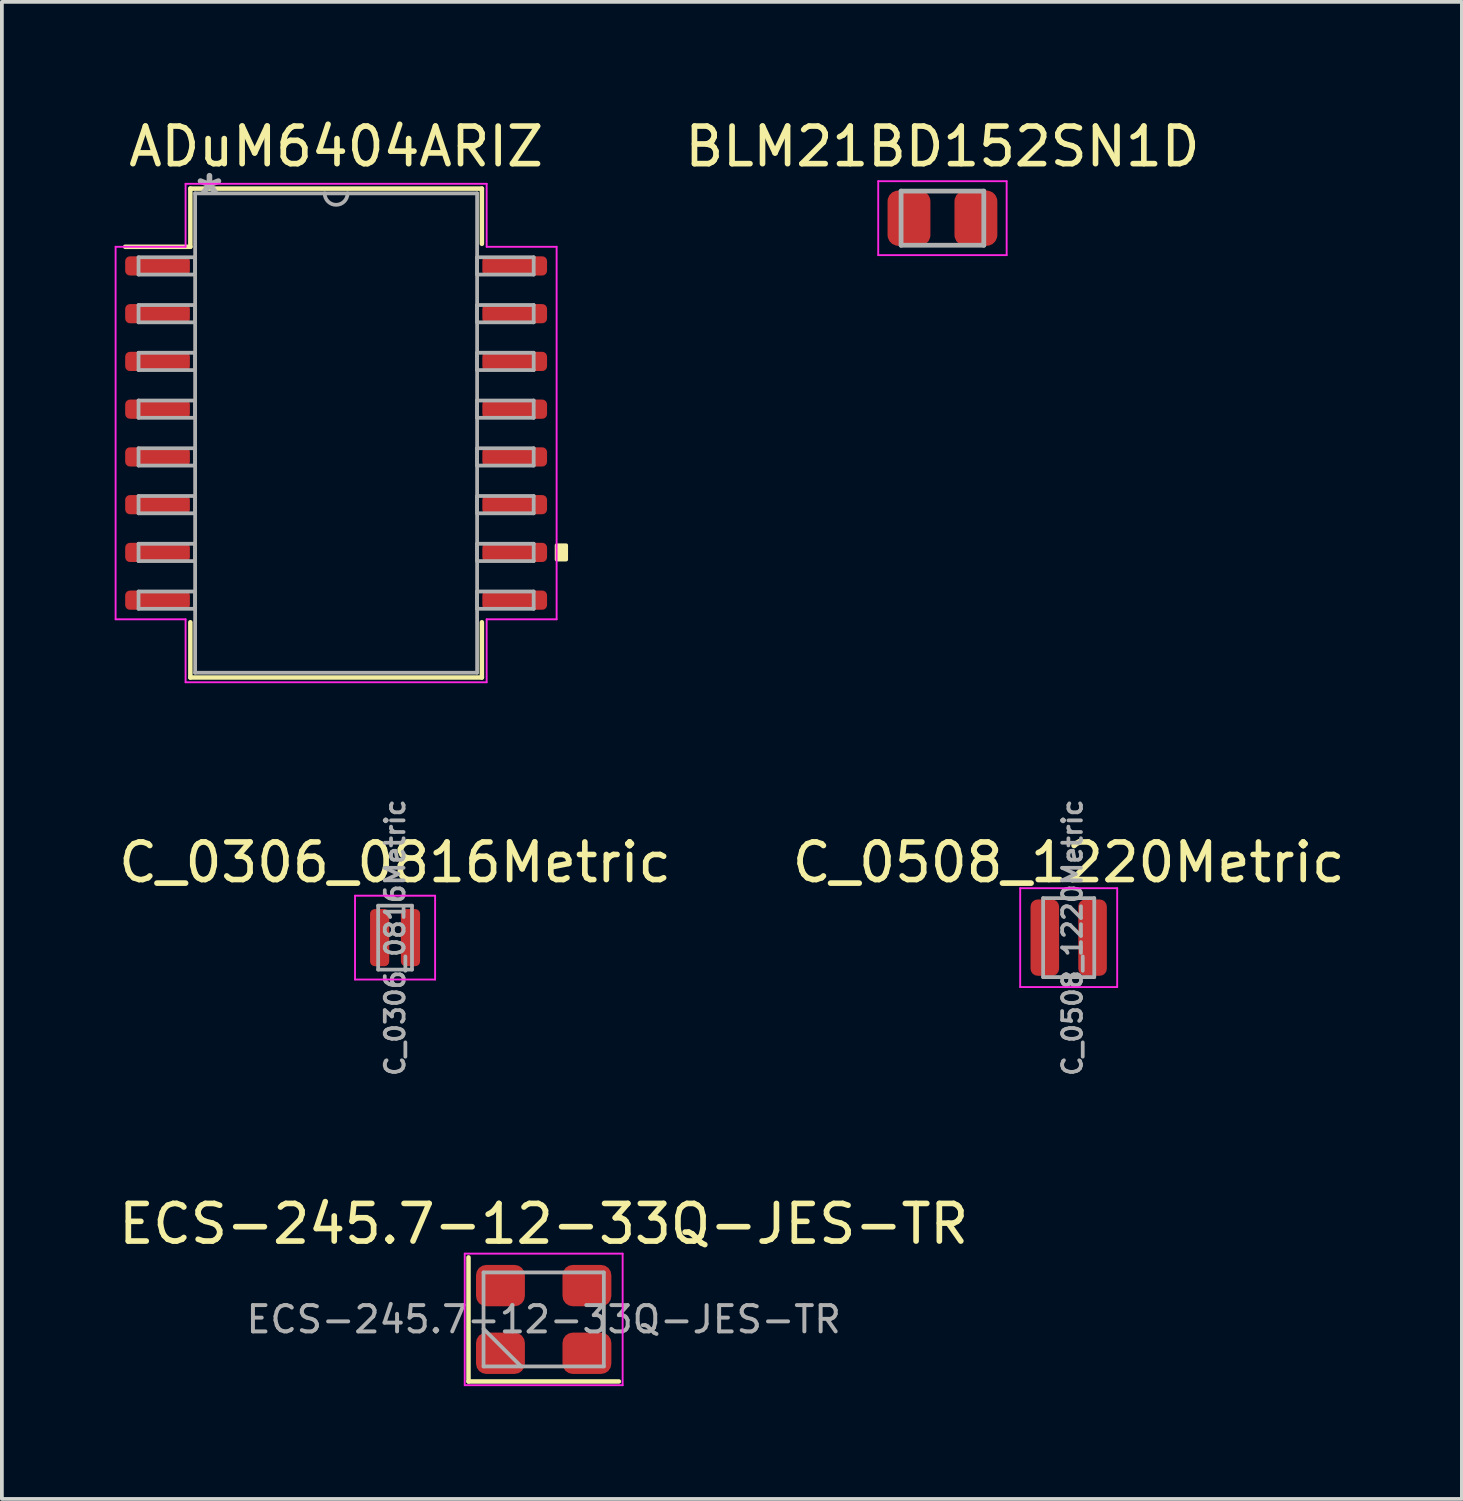
<source format=kicad_pcb>
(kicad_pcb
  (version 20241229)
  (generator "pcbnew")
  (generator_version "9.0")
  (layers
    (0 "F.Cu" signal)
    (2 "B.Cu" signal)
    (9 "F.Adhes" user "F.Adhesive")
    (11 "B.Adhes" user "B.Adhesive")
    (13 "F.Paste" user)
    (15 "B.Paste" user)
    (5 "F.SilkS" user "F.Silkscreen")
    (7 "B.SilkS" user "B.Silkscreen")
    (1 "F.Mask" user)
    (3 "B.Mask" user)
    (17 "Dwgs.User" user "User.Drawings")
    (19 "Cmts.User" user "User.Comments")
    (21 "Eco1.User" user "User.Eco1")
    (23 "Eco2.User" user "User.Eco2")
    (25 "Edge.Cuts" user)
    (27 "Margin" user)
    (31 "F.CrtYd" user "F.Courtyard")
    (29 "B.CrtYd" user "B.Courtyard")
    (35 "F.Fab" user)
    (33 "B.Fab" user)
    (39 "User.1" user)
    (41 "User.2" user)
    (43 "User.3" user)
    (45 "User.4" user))
  (footprint "C_0508_1220Metric"
    (layer "F.Cu")
    (at 25.375 21.889)
    (property "Reference" "C_0508_1220Metric" (at 0 -2 0) (layer "F.SilkS") (effects (font (size 1 1) (thickness 0.15))))
    (attr smd)
    (fp_line (start -1.29 -1.315) (end 1.29 -1.315) (stroke (width 0.05) (type solid)) (layer "F.CrtYd"))
    (fp_line (start -1.29 1.315) (end -1.29 -1.315) (stroke (width 0.05) (type solid)) (layer "F.CrtYd"))
    (fp_line (start -1.29 1.315) (end 1.29 1.315) (stroke (width 0.05) (type solid)) (layer "F.CrtYd"))
    (fp_line (start 1.29 1.315) (end 1.29 -1.315) (stroke (width 0.05) (type solid)) (layer "F.CrtYd"))
    (fp_line (start -0.68 1.05) (end -0.68 -1.05) (stroke (width 0.1) (type solid)) (layer "F.Fab"))
    (fp_line (start 0.68 -1.05) (end -0.68 -1.05) (stroke (width 0.1) (type solid)) (layer "F.Fab"))
    (fp_line (start 0.68 1.05) (end -0.68 1.05) (stroke (width 0.1) (type solid)) (layer "F.Fab"))
    (fp_line (start 0.68 1.05) (end 0.68 -1.05) (stroke (width 0.1) (type solid)) (layer "F.Fab"))
    (fp_text user "${REFERENCE}" (at 0.1 0 90) (layer "F.Fab") (effects (font (size 0.5 0.5) (thickness 0.1))))
    (pad "1" smd roundrect (at -0.635 0) (size 0.76 2.03) (layers "F.Cu" "F.Mask" "F.Paste") (roundrect_rratio 0.25))
    (pad "2" smd roundrect (at 0.635 0) (size 0.76 2.03) (layers "F.Cu" "F.Mask" "F.Paste") (roundrect_rratio 0.25)))
  (footprint "ADuM6404ARIZ"
    (layer "F.Cu")
    (at 5.89 8.468)
    (property "Reference" "ADuM6404ARIZ" (at 0 -7.62 0) (layer "F.SilkS") (effects (font (size 1 1) (thickness 0.15))))
    (attr smd)
    (fp_line (start -3.877 -6.502) (end -3.877 -4.954) (stroke (width 0.12) (type solid)) (layer "F.SilkS"))
    (fp_line (start -3.877 -4.954) (end -5.611 -4.954) (stroke (width 0.12) (type solid)) (layer "F.SilkS"))
    (fp_line (start -3.877 5.033) (end -3.877 6.502) (stroke (width 0.12) (type solid)) (layer "F.SilkS"))
    (fp_line (start -3.877 6.502) (end 3.877 6.502) (stroke (width 0.12) (type solid)) (layer "F.SilkS"))
    (fp_line (start 3.877 -6.502) (end -3.877 -6.502) (stroke (width 0.12) (type solid)) (layer "F.SilkS"))
    (fp_line (start 3.877 -5.033) (end 3.877 -6.502) (stroke (width 0.12) (type solid)) (layer "F.SilkS"))
    (fp_line (start 3.877 6.502) (end 3.877 5.033) (stroke (width 0.12) (type solid)) (layer "F.SilkS"))
    (fp_poly (pts (xy 6.119 2.985) (xy 6.119 3.365) (xy 5.865 3.365) (xy 5.865 2.985)) (stroke (width 0.1) (type solid)) (fill yes) (layer "F.SilkS"))
    (fp_line (start -5.865 -4.954) (end -4.004 -4.954) (stroke (width 0.05) (type solid)) (layer "F.CrtYd"))
    (fp_line (start -5.865 4.954) (end -5.865 -4.954) (stroke (width 0.05) (type solid)) (layer "F.CrtYd"))
    (fp_line (start -4.004 -6.629) (end 4.004 -6.629) (stroke (width 0.05) (type solid)) (layer "F.CrtYd"))
    (fp_line (start -4.004 -4.954) (end -4.004 -6.629) (stroke (width 0.05) (type solid)) (layer "F.CrtYd"))
    (fp_line (start -4.004 4.954) (end -5.865 4.954) (stroke (width 0.05) (type solid)) (layer "F.CrtYd"))
    (fp_line (start -4.004 6.629) (end -4.004 4.954) (stroke (width 0.05) (type solid)) (layer "F.CrtYd"))
    (fp_line (start 4.004 -6.629) (end 4.004 -4.954) (stroke (width 0.05) (type solid)) (layer "F.CrtYd"))
    (fp_line (start 4.004 -4.954) (end 5.865 -4.954) (stroke (width 0.05) (type solid)) (layer "F.CrtYd"))
    (fp_line (start 4.004 4.954) (end 4.004 6.629) (stroke (width 0.05) (type solid)) (layer "F.CrtYd"))
    (fp_line (start 4.004 6.629) (end -4.004 6.629) (stroke (width 0.05) (type solid)) (layer "F.CrtYd"))
    (fp_line (start 5.865 -4.954) (end 5.865 4.954) (stroke (width 0.05) (type solid)) (layer "F.CrtYd"))
    (fp_line (start 5.865 4.954) (end 4.004 4.954) (stroke (width 0.05) (type solid)) (layer "F.CrtYd"))
    (fp_line (start -5.255 -4.675) (end -5.255 -4.215) (stroke (width 0.1) (type solid)) (layer "F.Fab"))
    (fp_line (start -5.255 -4.215) (end -3.75 -4.215) (stroke (width 0.1) (type solid)) (layer "F.Fab"))
    (fp_line (start -5.255 -3.405) (end -5.255 -2.945) (stroke (width 0.1) (type solid)) (layer "F.Fab"))
    (fp_line (start -5.255 -2.945) (end -3.75 -2.945) (stroke (width 0.1) (type solid)) (layer "F.Fab"))
    (fp_line (start -5.255 -2.135) (end -5.255 -1.675) (stroke (width 0.1) (type solid)) (layer "F.Fab"))
    (fp_line (start -5.255 -1.675) (end -3.75 -1.675) (stroke (width 0.1) (type solid)) (layer "F.Fab"))
    (fp_line (start -5.255 -0.865) (end -5.255 -0.405) (stroke (width 0.1) (type solid)) (layer "F.Fab"))
    (fp_line (start -5.255 -0.405) (end -3.75 -0.405) (stroke (width 0.1) (type solid)) (layer "F.Fab"))
    (fp_line (start -5.255 0.405) (end -5.255 0.865) (stroke (width 0.1) (type solid)) (layer "F.Fab"))
    (fp_line (start -5.255 0.865) (end -3.75 0.865) (stroke (width 0.1) (type solid)) (layer "F.Fab"))
    (fp_line (start -5.255 1.675) (end -5.255 2.135) (stroke (width 0.1) (type solid)) (layer "F.Fab"))
    (fp_line (start -5.255 2.135) (end -3.75 2.135) (stroke (width 0.1) (type solid)) (layer "F.Fab"))
    (fp_line (start -5.255 2.945) (end -5.255 3.405) (stroke (width 0.1) (type solid)) (layer "F.Fab"))
    (fp_line (start -5.255 3.405) (end -3.75 3.405) (stroke (width 0.1) (type solid)) (layer "F.Fab"))
    (fp_line (start -5.255 4.215) (end -5.255 4.675) (stroke (width 0.1) (type solid)) (layer "F.Fab"))
    (fp_line (start -5.255 4.675) (end -3.75 4.675) (stroke (width 0.1) (type solid)) (layer "F.Fab"))
    (fp_line (start -3.75 -6.375) (end -3.75 6.375) (stroke (width 0.1) (type solid)) (layer "F.Fab"))
    (fp_line (start -3.75 -4.675) (end -5.255 -4.675) (stroke (width 0.1) (type solid)) (layer "F.Fab"))
    (fp_line (start -3.75 -4.215) (end -3.75 -4.675) (stroke (width 0.1) (type solid)) (layer "F.Fab"))
    (fp_line (start -3.75 -3.405) (end -5.255 -3.405) (stroke (width 0.1) (type solid)) (layer "F.Fab"))
    (fp_line (start -3.75 -2.945) (end -3.75 -3.405) (stroke (width 0.1) (type solid)) (layer "F.Fab"))
    (fp_line (start -3.75 -2.135) (end -5.255 -2.135) (stroke (width 0.1) (type solid)) (layer "F.Fab"))
    (fp_line (start -3.75 -1.675) (end -3.75 -2.135) (stroke (width 0.1) (type solid)) (layer "F.Fab"))
    (fp_line (start -3.75 -0.865) (end -5.255 -0.865) (stroke (width 0.1) (type solid)) (layer "F.Fab"))
    (fp_line (start -3.75 -0.405) (end -3.75 -0.865) (stroke (width 0.1) (type solid)) (layer "F.Fab"))
    (fp_line (start -3.75 0.405) (end -5.255 0.405) (stroke (width 0.1) (type solid)) (layer "F.Fab"))
    (fp_line (start -3.75 0.865) (end -3.75 0.405) (stroke (width 0.1) (type solid)) (layer "F.Fab"))
    (fp_line (start -3.75 1.675) (end -5.255 1.675) (stroke (width 0.1) (type solid)) (layer "F.Fab"))
    (fp_line (start -3.75 2.135) (end -3.75 1.675) (stroke (width 0.1) (type solid)) (layer "F.Fab"))
    (fp_line (start -3.75 2.945) (end -5.255 2.945) (stroke (width 0.1) (type solid)) (layer "F.Fab"))
    (fp_line (start -3.75 3.405) (end -3.75 2.945) (stroke (width 0.1) (type solid)) (layer "F.Fab"))
    (fp_line (start -3.75 4.215) (end -5.255 4.215) (stroke (width 0.1) (type solid)) (layer "F.Fab"))
    (fp_line (start -3.75 4.675) (end -3.75 4.215) (stroke (width 0.1) (type solid)) (layer "F.Fab"))
    (fp_line (start -3.75 6.375) (end 3.75 6.375) (stroke (width 0.1) (type solid)) (layer "F.Fab"))
    (fp_line (start 3.75 -6.375) (end -3.75 -6.375) (stroke (width 0.1) (type solid)) (layer "F.Fab"))
    (fp_line (start 3.75 -4.675) (end 3.75 -4.215) (stroke (width 0.1) (type solid)) (layer "F.Fab"))
    (fp_line (start 3.75 -4.215) (end 5.255 -4.215) (stroke (width 0.1) (type solid)) (layer "F.Fab"))
    (fp_line (start 3.75 -3.405) (end 3.75 -2.945) (stroke (width 0.1) (type solid)) (layer "F.Fab"))
    (fp_line (start 3.75 -2.945) (end 5.255 -2.945) (stroke (width 0.1) (type solid)) (layer "F.Fab"))
    (fp_line (start 3.75 -2.135) (end 3.75 -1.675) (stroke (width 0.1) (type solid)) (layer "F.Fab"))
    (fp_line (start 3.75 -1.675) (end 5.255 -1.675) (stroke (width 0.1) (type solid)) (layer "F.Fab"))
    (fp_line (start 3.75 -0.865) (end 3.75 -0.405) (stroke (width 0.1) (type solid)) (layer "F.Fab"))
    (fp_line (start 3.75 -0.405) (end 5.255 -0.405) (stroke (width 0.1) (type solid)) (layer "F.Fab"))
    (fp_line (start 3.75 0.405) (end 3.75 0.865) (stroke (width 0.1) (type solid)) (layer "F.Fab"))
    (fp_line (start 3.75 0.865) (end 5.255 0.865) (stroke (width 0.1) (type solid)) (layer "F.Fab"))
    (fp_line (start 3.75 1.675) (end 3.75 2.135) (stroke (width 0.1) (type solid)) (layer "F.Fab"))
    (fp_line (start 3.75 2.135) (end 5.255 2.135) (stroke (width 0.1) (type solid)) (layer "F.Fab"))
    (fp_line (start 3.75 2.945) (end 3.75 3.405) (stroke (width 0.1) (type solid)) (layer "F.Fab"))
    (fp_line (start 3.75 3.405) (end 5.255 3.405) (stroke (width 0.1) (type solid)) (layer "F.Fab"))
    (fp_line (start 3.75 4.215) (end 3.75 4.675) (stroke (width 0.1) (type solid)) (layer "F.Fab"))
    (fp_line (start 3.75 4.675) (end 5.255 4.675) (stroke (width 0.1) (type solid)) (layer "F.Fab"))
    (fp_line (start 3.75 6.375) (end 3.75 -6.375) (stroke (width 0.1) (type solid)) (layer "F.Fab"))
    (fp_line (start 5.255 -4.675) (end 3.75 -4.675) (stroke (width 0.1) (type solid)) (layer "F.Fab"))
    (fp_line (start 5.255 -4.215) (end 5.255 -4.675) (stroke (width 0.1) (type solid)) (layer "F.Fab"))
    (fp_line (start 5.255 -3.405) (end 3.75 -3.405) (stroke (width 0.1) (type solid)) (layer "F.Fab"))
    (fp_line (start 5.255 -2.945) (end 5.255 -3.405) (stroke (width 0.1) (type solid)) (layer "F.Fab"))
    (fp_line (start 5.255 -2.135) (end 3.75 -2.135) (stroke (width 0.1) (type solid)) (layer "F.Fab"))
    (fp_line (start 5.255 -1.675) (end 5.255 -2.135) (stroke (width 0.1) (type solid)) (layer "F.Fab"))
    (fp_line (start 5.255 -0.865) (end 3.75 -0.865) (stroke (width 0.1) (type solid)) (layer "F.Fab"))
    (fp_line (start 5.255 -0.405) (end 5.255 -0.865) (stroke (width 0.1) (type solid)) (layer "F.Fab"))
    (fp_line (start 5.255 0.405) (end 3.75 0.405) (stroke (width 0.1) (type solid)) (layer "F.Fab"))
    (fp_line (start 5.255 0.865) (end 5.255 0.405) (stroke (width 0.1) (type solid)) (layer "F.Fab"))
    (fp_line (start 5.255 1.675) (end 3.75 1.675) (stroke (width 0.1) (type solid)) (layer "F.Fab"))
    (fp_line (start 5.255 2.135) (end 5.255 1.675) (stroke (width 0.1) (type solid)) (layer "F.Fab"))
    (fp_line (start 5.255 2.945) (end 3.75 2.945) (stroke (width 0.1) (type solid)) (layer "F.Fab"))
    (fp_line (start 5.255 3.405) (end 5.255 2.945) (stroke (width 0.1) (type solid)) (layer "F.Fab"))
    (fp_line (start 5.255 4.215) (end 3.75 4.215) (stroke (width 0.1) (type solid)) (layer "F.Fab"))
    (fp_line (start 5.255 4.675) (end 5.255 4.215) (stroke (width 0.1) (type solid)) (layer "F.Fab"))
    (fp_arc (start 0.3048 -6.375001) (mid 0 -6.070201) (end -0.3048 -6.375001) (stroke (width 0.1) (type solid)) (layer "F.Fab"))
    (fp_text user "*" (at -3.369 -6.299 0) (layer "F.Fab") (effects (font (size 1 1) (thickness 0.15))))
    (pad "1" smd roundrect (at -4.75 -4.445) (size 1.721 0.511) (layers "F.Cu" "F.Mask" "F.Paste") (roundrect_rratio 0.25))
    (pad "2" smd roundrect (at -4.75 -3.175) (size 1.721 0.511) (layers "F.Cu" "F.Mask" "F.Paste") (roundrect_rratio 0.25))
    (pad "3" smd roundrect (at -4.75 -1.905) (size 1.721 0.511) (layers "F.Cu" "F.Mask" "F.Paste") (roundrect_rratio 0.25))
    (pad "4" smd roundrect (at -4.75 -0.635) (size 1.721 0.511) (layers "F.Cu" "F.Mask" "F.Paste") (roundrect_rratio 0.25))
    (pad "5" smd roundrect (at -4.75 0.635) (size 1.721 0.511) (layers "F.Cu" "F.Mask" "F.Paste") (roundrect_rratio 0.25))
    (pad "6" smd roundrect (at -4.75 1.905) (size 1.721 0.511) (layers "F.Cu" "F.Mask" "F.Paste") (roundrect_rratio 0.25))
    (pad "7" smd roundrect (at -4.75 3.175) (size 1.721 0.511) (layers "F.Cu" "F.Mask" "F.Paste") (roundrect_rratio 0.25))
    (pad "8" smd roundrect (at -4.75 4.445) (size 1.721 0.511) (layers "F.Cu" "F.Mask" "F.Paste") (roundrect_rratio 0.25))
    (pad "9" smd roundrect (at 4.75 4.445) (size 1.721 0.511) (layers "F.Cu" "F.Mask" "F.Paste") (roundrect_rratio 0.25))
    (pad "10" smd roundrect (at 4.75 3.175) (size 1.721 0.511) (layers "F.Cu" "F.Mask" "F.Paste") (roundrect_rratio 0.25))
    (pad "11" smd roundrect (at 4.75 1.905) (size 1.721 0.511) (layers "F.Cu" "F.Mask" "F.Paste") (roundrect_rratio 0.25))
    (pad "12" smd roundrect (at 4.75 0.635) (size 1.721 0.511) (layers "F.Cu" "F.Mask" "F.Paste") (roundrect_rratio 0.25))
    (pad "13" smd roundrect (at 4.75 -0.635) (size 1.721 0.511) (layers "F.Cu" "F.Mask" "F.Paste") (roundrect_rratio 0.25))
    (pad "14" smd roundrect (at 4.75 -1.905) (size 1.721 0.511) (layers "F.Cu" "F.Mask" "F.Paste") (roundrect_rratio 0.25))
    (pad "15" smd roundrect (at 4.75 -3.175) (size 1.721 0.511) (layers "F.Cu" "F.Mask" "F.Paste") (roundrect_rratio 0.25))
    (pad "16" smd roundrect (at 4.75 -4.445) (size 1.721 0.511) (layers "F.Cu" "F.Mask" "F.Paste") (roundrect_rratio 0.25)))
  (footprint "C_0306_0816Metric"
    (layer "F.Cu")
    (at 7.458 21.889)
    (property "Reference" "C_0306_0816Metric" (at 0 -2 0) (layer "F.SilkS") (effects (font (size 1 1) (thickness 0.15))))
    (attr smd)
    (fp_line (start -1.065 -1.115) (end 1.065 -1.115) (stroke (width 0.05) (type solid)) (layer "F.CrtYd"))
    (fp_line (start -1.065 1.115) (end -1.065 -1.115) (stroke (width 0.05) (type solid)) (layer "F.CrtYd"))
    (fp_line (start -1.065 1.115) (end 1.065 1.115) (stroke (width 0.05) (type solid)) (layer "F.CrtYd"))
    (fp_line (start 1.065 1.115) (end 1.065 -1.115) (stroke (width 0.05) (type solid)) (layer "F.CrtYd"))
    (fp_line (start -0.45 0.85) (end -0.45 -0.85) (stroke (width 0.1) (type solid)) (layer "F.Fab"))
    (fp_line (start 0.45 -0.85) (end -0.45 -0.85) (stroke (width 0.1) (type solid)) (layer "F.Fab"))
    (fp_line (start 0.45 0.85) (end -0.45 0.85) (stroke (width 0.1) (type solid)) (layer "F.Fab"))
    (fp_line (start 0.45 0.85) (end 0.45 -0.85) (stroke (width 0.1) (type solid)) (layer "F.Fab"))
    (fp_text user "${REFERENCE}" (at 0 0 90) (layer "F.Fab") (effects (font (size 0.5 0.5) (thickness 0.1))))
    (pad "1" smd roundrect (at -0.41 0) (size 0.51 1.52) (layers "F.Cu" "F.Mask" "F.Paste") (roundrect_rratio 0.25))
    (pad "2" smd roundrect (at 0.41 0) (size 0.51 1.52) (layers "F.Cu" "F.Mask" "F.Paste") (roundrect_rratio 0.25)))
  (footprint "BLM21BD152SN1D"
    (layer "F.Cu")
    (at 22.017 2.753)
    (property "Reference" "BLM21BD152SN1D" (at 0 -1.905 0) (layer "F.SilkS") (effects (font (size 1 1) (thickness 0.15))))
    (attr smd)
    (fp_line (start -1.708 -0.983) (end 1.708 -0.983) (stroke (width 0.05) (type solid)) (layer "F.CrtYd"))
    (fp_line (start -1.708 0.983) (end -1.708 -0.983) (stroke (width 0.05) (type solid)) (layer "F.CrtYd"))
    (fp_line (start -1.708 0.983) (end 1.708 0.983) (stroke (width 0.05) (type solid)) (layer "F.CrtYd"))
    (fp_line (start 1.708 0.983) (end 1.708 -0.983) (stroke (width 0.05) (type solid)) (layer "F.CrtYd"))
    (fp_line (start -1.1 0.72) (end -1.1 -0.72) (stroke (width 0.127) (type solid)) (layer "F.Fab"))
    (fp_line (start 1.1 -0.72) (end -1.1 -0.72) (stroke (width 0.127) (type solid)) (layer "F.Fab"))
    (fp_line (start 1.1 0.72) (end -1.1 0.72) (stroke (width 0.127) (type solid)) (layer "F.Fab"))
    (fp_line (start 1.1 0.72) (end 1.1 -0.72) (stroke (width 0.127) (type solid)) (layer "F.Fab"))
    (pad "1" smd roundrect (at -0.89 0) (size 1.14 1.47) (layers "F.Cu" "F.Mask" "F.Paste") (roundrect_rratio 0.25))
    (pad "2" smd roundrect (at 0.89 0) (size 1.14 1.47) (layers "F.Cu" "F.Mask" "F.Paste") (roundrect_rratio 0.25)))
  (footprint "ECS-245.7-12-33Q-JES-TR"
    (layer "F.Cu")
    (at 11.411 32.044)
    (property "Reference" "ECS-245.7-12-33Q-JES-TR" (at 0 -2.54 0) (layer "F.SilkS") (effects (font (size 1 1) (thickness 0.15))))
    (attr smd)
    (fp_line (start -2 -1.65) (end -2 1.65) (stroke (width 0.12) (type solid)) (layer "F.SilkS"))
    (fp_line (start -2 1.65) (end 2 1.65) (stroke (width 0.12) (type solid)) (layer "F.SilkS"))
    (fp_line (start -2.1 -1.75) (end -2.1 1.75) (stroke (width 0.05) (type solid)) (layer "F.CrtYd"))
    (fp_line (start -2.1 1.75) (end 2.1 1.75) (stroke (width 0.05) (type solid)) (layer "F.CrtYd"))
    (fp_line (start 2.1 -1.75) (end -2.1 -1.75) (stroke (width 0.05) (type solid)) (layer "F.CrtYd"))
    (fp_line (start 2.1 1.75) (end 2.1 -1.75) (stroke (width 0.05) (type solid)) (layer "F.CrtYd"))
    (fp_line (start -1.6 -1.25) (end -1.6 1.25) (stroke (width 0.1) (type solid)) (layer "F.Fab"))
    (fp_line (start -1.6 0.25) (end -0.6 1.25) (stroke (width 0.1) (type solid)) (layer "F.Fab"))
    (fp_line (start -1.6 1.25) (end 1.6 1.25) (stroke (width 0.1) (type solid)) (layer "F.Fab"))
    (fp_line (start 1.6 -1.25) (end -1.6 -1.25) (stroke (width 0.1) (type solid)) (layer "F.Fab"))
    (fp_line (start 1.6 1.25) (end 1.6 -1.25) (stroke (width 0.1) (type solid)) (layer "F.Fab"))
    (fp_text user "${REFERENCE}" (at 0 0 0) (layer "F.Fab") (effects (font (size 0.7 0.7) (thickness 0.105))))
    (pad "1" smd roundrect (at -1.15 0.9) (size 1.3 1.1) (layers "F.Cu" "F.Mask" "F.Paste") (roundrect_rratio 0.25))
    (pad "2" smd roundrect (at 1.15 0.9) (size 1.3 1.1) (layers "F.Cu" "F.Mask" "F.Paste") (roundrect_rratio 0.25))
    (pad "3" smd roundrect (at 1.15 -0.9) (size 1.3 1.1) (layers "F.Cu" "F.Mask" "F.Paste") (roundrect_rratio 0.25))
    (pad "4" smd roundrect (at -1.15 -0.9) (size 1.3 1.1) (layers "F.Cu" "F.Mask" "F.Paste") (roundrect_rratio 0.25)))
  (gr_rect
    (start -3 -3)
    (end 35.833 36.819)
    (stroke (width 0.1) (type default))
    (fill no)
    (layer "Edge.Cuts")))
</source>
